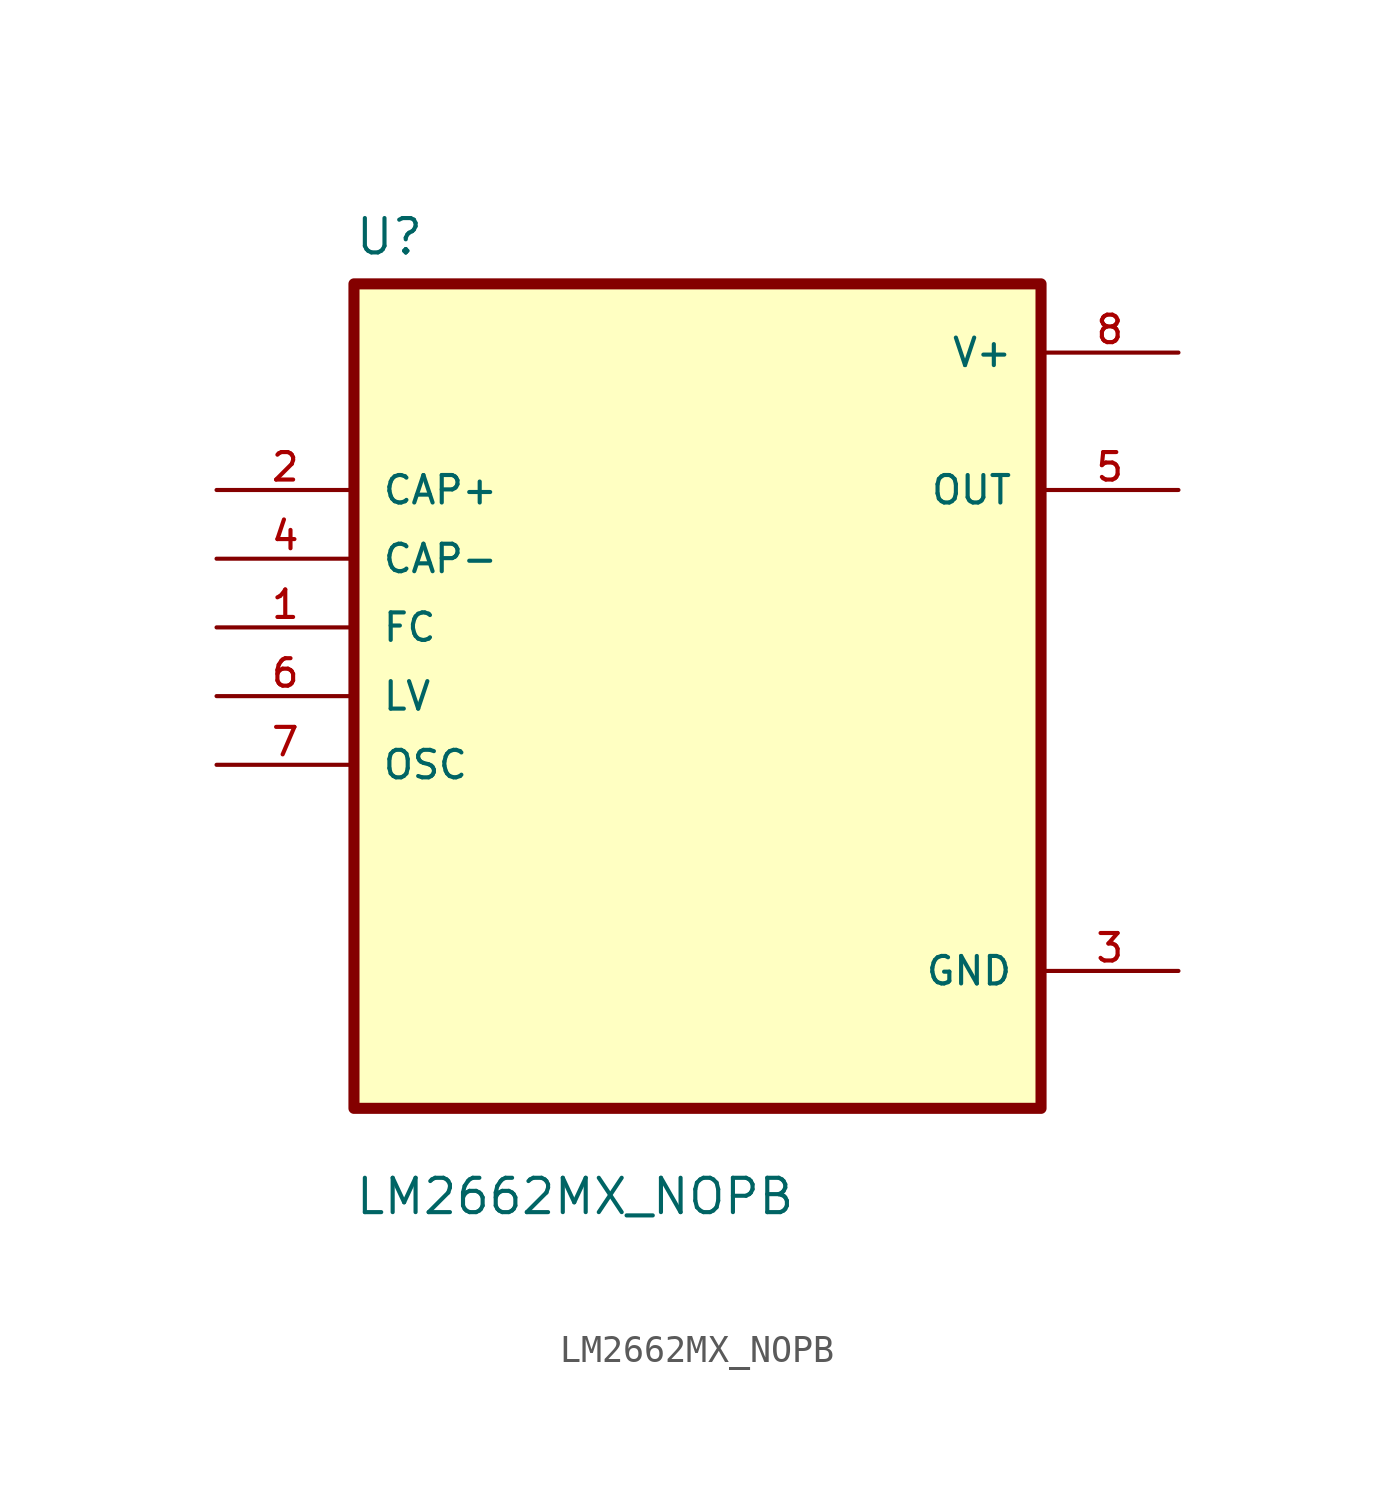
<source format=kicad_sym>
(kicad_symbol_lib
  (version 20211014)
  (generator kicad_symbol_editor)
  (symbol "LM2662MX_NOPB"
    (pin_names
      (offset 1.016))
    (property "Reference" "U"
      (at -12.7 16.24 0.0)
      (effects (font (size 1.27 1.27)) (justify bottom left)))
    (property "Value" "LM2662MX_NOPB"
      (at -12.7 -19.24 0.0)
      (effects (font (size 1.27 1.27)) (justify bottom left)))
    (symbol "LM2662MX_NOPB_0_0"
      (rectangle (start -12.7 -15.24) (end 12.7 15.24) (stroke (width 0.41)) (fill (type background)))
      (pin input line (at -17.78 7.62 0) (length 5.08) (name "CAP+" (effects (font (size 1.016 1.016)))) (number "2" (effects (font (size 1.016 1.016)))))
      (pin input line (at -17.78 5.08 0) (length 5.08) (name "CAP-" (effects (font (size 1.016 1.016)))) (number "4" (effects (font (size 1.016 1.016)))))
      (pin input line (at -17.78 2.54 0) (length 5.08) (name "FC" (effects (font (size 1.016 1.016)))) (number "1" (effects (font (size 1.016 1.016)))))
      (pin input line (at -17.78 0.0 0) (length 5.08) (name "LV" (effects (font (size 1.016 1.016)))) (number "6" (effects (font (size 1.016 1.016)))))
      (pin input line (at -17.78 -2.54 0) (length 5.08) (name "OSC" (effects (font (size 1.016 1.016)))) (number "7" (effects (font (size 1.016 1.016)))))
      (pin power_in line (at 17.78 12.7 180.0) (length 5.08) (name "V+" (effects (font (size 1.016 1.016)))) (number "8" (effects (font (size 1.016 1.016)))))
      (pin output line (at 17.78 7.62 180.0) (length 5.08) (name "OUT" (effects (font (size 1.016 1.016)))) (number "5" (effects (font (size 1.016 1.016)))))
      (pin power_in line (at 17.78 -10.16 180.0) (length 5.08) (name "GND" (effects (font (size 1.016 1.016)))) (number "3" (effects (font (size 1.016 1.016))))))))
</source>
